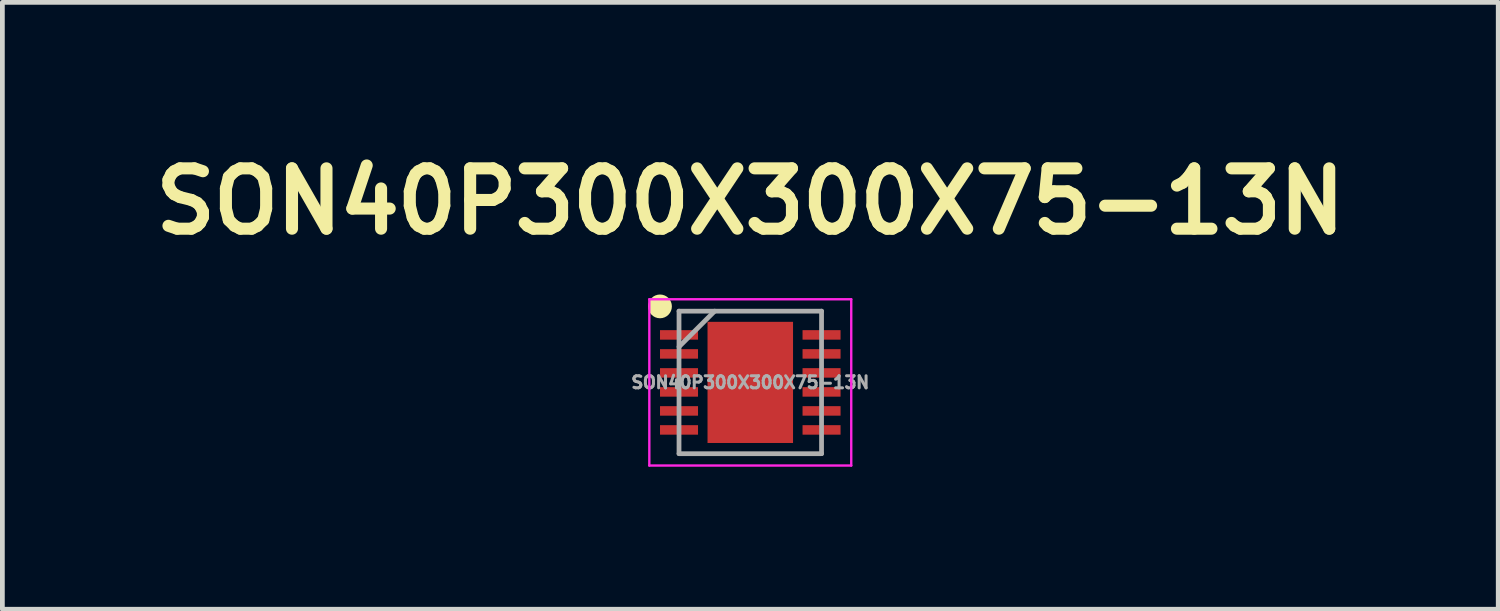
<source format=kicad_pcb>
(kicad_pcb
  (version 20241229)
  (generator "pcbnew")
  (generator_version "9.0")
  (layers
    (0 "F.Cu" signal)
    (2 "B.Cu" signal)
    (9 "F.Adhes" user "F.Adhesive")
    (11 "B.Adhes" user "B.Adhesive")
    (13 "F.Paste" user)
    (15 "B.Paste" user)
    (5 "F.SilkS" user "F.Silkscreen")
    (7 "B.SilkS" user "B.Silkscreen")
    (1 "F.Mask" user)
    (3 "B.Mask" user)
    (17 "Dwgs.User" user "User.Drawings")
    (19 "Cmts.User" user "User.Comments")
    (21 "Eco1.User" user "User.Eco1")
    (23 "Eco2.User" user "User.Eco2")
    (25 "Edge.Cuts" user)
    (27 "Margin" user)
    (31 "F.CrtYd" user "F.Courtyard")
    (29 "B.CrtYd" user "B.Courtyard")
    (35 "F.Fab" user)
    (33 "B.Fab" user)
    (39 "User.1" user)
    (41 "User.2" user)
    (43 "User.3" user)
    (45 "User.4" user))
  (footprint "SON40P300X300X75-13N"
    (layer "F.Cu")
    (at 12.742 4.999)
    (property "Reference" "SON40P300X300X75-13N" (at 0 -3.81 0) (layer "F.SilkS") (effects (font (size 1.27 1.27) (thickness 0.254))))
    (attr smd)
    (fp_circle (center -1.9 -1.6) (end -1.9 -1.475) (stroke (width 0.25) (type solid)) (fill no) (layer "F.SilkS"))
    (fp_line (start -2.125 -1.75) (end 2.125 -1.75) (stroke (width 0.05) (type solid)) (layer "F.CrtYd"))
    (fp_line (start -2.125 1.75) (end -2.125 -1.75) (stroke (width 0.05) (type solid)) (layer "F.CrtYd"))
    (fp_line (start 2.125 -1.75) (end 2.125 1.75) (stroke (width 0.05) (type solid)) (layer "F.CrtYd"))
    (fp_line (start 2.125 1.75) (end -2.125 1.75) (stroke (width 0.05) (type solid)) (layer "F.CrtYd"))
    (fp_line (start -1.5 -1.5) (end 1.5 -1.5) (stroke (width 0.1) (type solid)) (layer "F.Fab"))
    (fp_line (start -1.5 -0.75) (end -0.75 -1.5) (stroke (width 0.1) (type solid)) (layer "F.Fab"))
    (fp_line (start -1.5 1.5) (end -1.5 -1.5) (stroke (width 0.1) (type solid)) (layer "F.Fab"))
    (fp_line (start 1.5 -1.5) (end 1.5 1.5) (stroke (width 0.1) (type solid)) (layer "F.Fab"))
    (fp_line (start 1.5 1.5) (end -1.5 1.5) (stroke (width 0.1) (type solid)) (layer "F.Fab"))
    (fp_text user "${REFERENCE}" (at 0 0 0) (layer "F.Fab") (effects (font (size 0.254 0.254) (thickness 0.064))))
    (pad "1" smd rect (at -1.5 -1 90) (size 0.2 0.8) (layers "F.Cu" "F.Mask" "F.Paste"))
    (pad "2" smd rect (at -1.5 -0.6 90) (size 0.2 0.8) (layers "F.Cu" "F.Mask" "F.Paste"))
    (pad "3" smd rect (at -1.5 -0.2 90) (size 0.2 0.8) (layers "F.Cu" "F.Mask" "F.Paste"))
    (pad "4" smd rect (at -1.5 0.2 90) (size 0.2 0.8) (layers "F.Cu" "F.Mask" "F.Paste"))
    (pad "5" smd rect (at -1.5 0.6 90) (size 0.2 0.8) (layers "F.Cu" "F.Mask" "F.Paste"))
    (pad "6" smd rect (at -1.5 1 90) (size 0.2 0.8) (layers "F.Cu" "F.Mask" "F.Paste"))
    (pad "7" smd rect (at 1.5 1 90) (size 0.2 0.8) (layers "F.Cu" "F.Mask" "F.Paste"))
    (pad "8" smd rect (at 1.5 0.6 90) (size 0.2 0.8) (layers "F.Cu" "F.Mask" "F.Paste"))
    (pad "9" smd rect (at 1.5 0.2 90) (size 0.2 0.8) (layers "F.Cu" "F.Mask" "F.Paste"))
    (pad "10" smd rect (at 1.5 -0.2 90) (size 0.2 0.8) (layers "F.Cu" "F.Mask" "F.Paste"))
    (pad "11" smd rect (at 1.5 -0.6 90) (size 0.2 0.8) (layers "F.Cu" "F.Mask" "F.Paste"))
    (pad "12" smd rect (at 1.5 -1 90) (size 0.2 0.8) (layers "F.Cu" "F.Mask" "F.Paste"))
    (pad "13" smd rect (at 0 0) (size 1.8 2.55) (layers "F.Cu" "F.Mask" "F.Paste")))
  (gr_rect
    (start -3 -3)
    (end 28.485 9.774)
    (stroke (width 0.1) (type default))
    (fill no)
    (layer "Edge.Cuts")))
</source>
